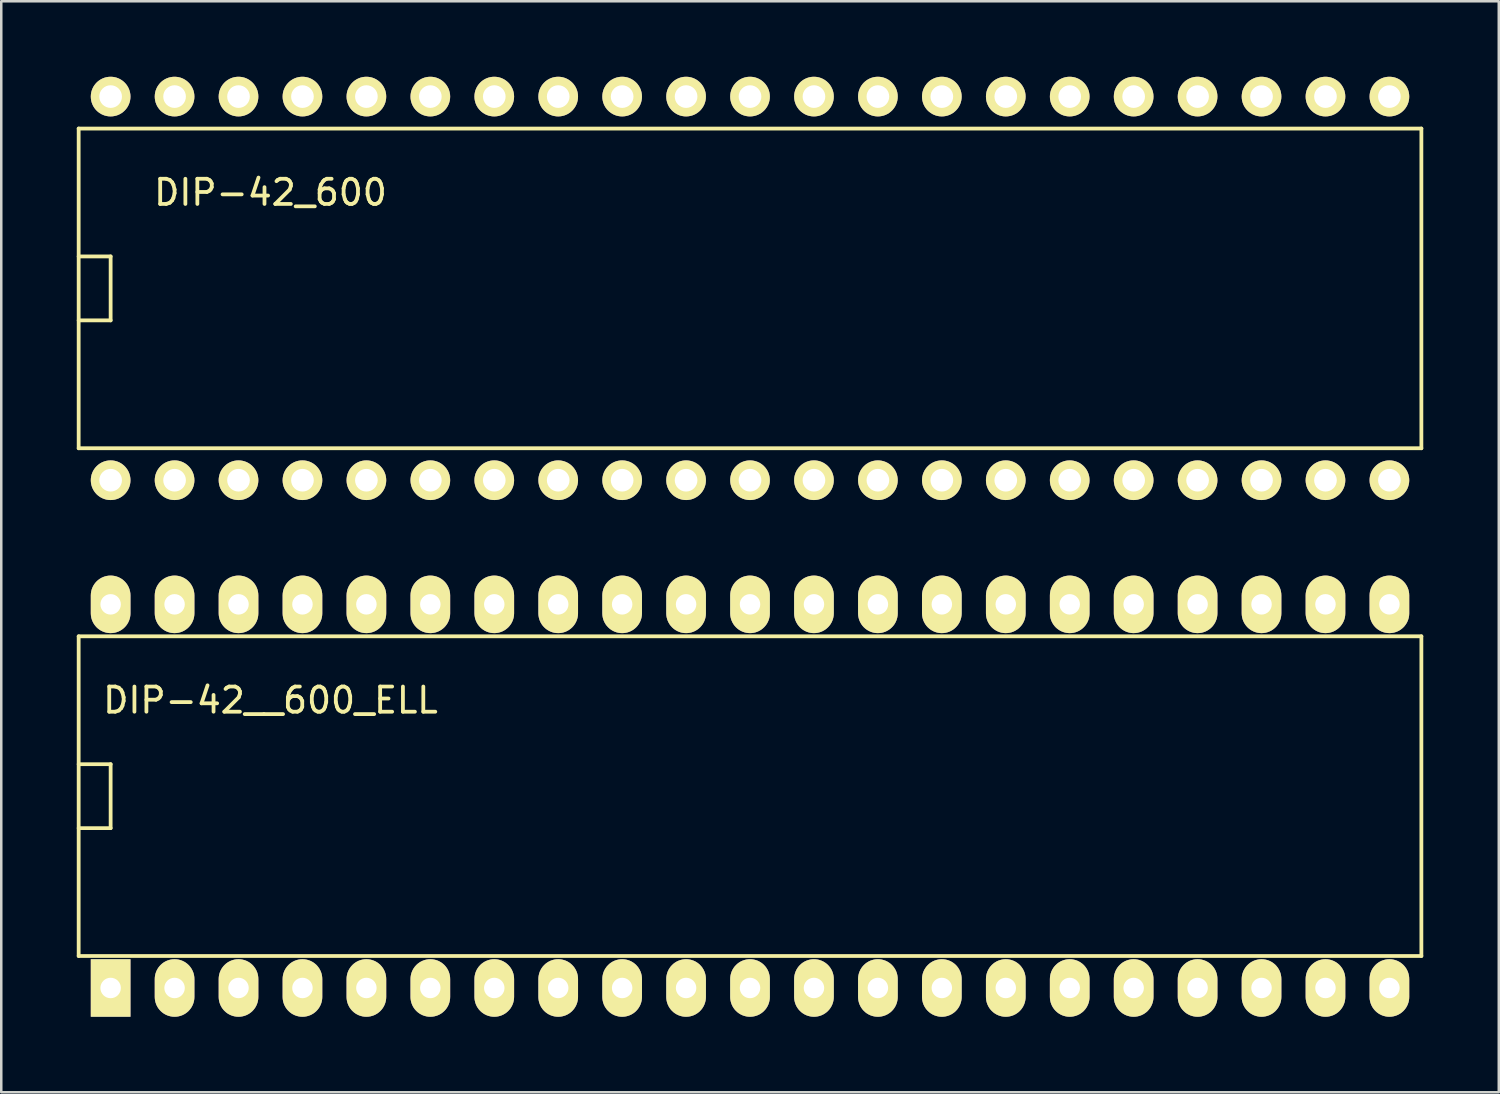
<source format=kicad_pcb>
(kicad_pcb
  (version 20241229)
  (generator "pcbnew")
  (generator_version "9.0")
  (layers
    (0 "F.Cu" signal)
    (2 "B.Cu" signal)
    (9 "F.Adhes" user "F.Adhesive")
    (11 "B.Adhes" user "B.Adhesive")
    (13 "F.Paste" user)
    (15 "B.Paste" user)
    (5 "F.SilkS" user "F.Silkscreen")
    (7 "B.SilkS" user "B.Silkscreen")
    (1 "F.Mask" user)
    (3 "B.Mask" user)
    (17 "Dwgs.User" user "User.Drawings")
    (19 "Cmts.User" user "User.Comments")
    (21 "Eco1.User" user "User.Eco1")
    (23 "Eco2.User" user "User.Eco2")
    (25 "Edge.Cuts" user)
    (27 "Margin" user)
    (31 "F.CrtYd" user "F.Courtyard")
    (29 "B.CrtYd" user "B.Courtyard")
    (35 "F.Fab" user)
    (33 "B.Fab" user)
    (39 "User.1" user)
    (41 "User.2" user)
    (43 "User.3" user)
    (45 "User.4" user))
  (footprint "DIP-42_600"
    (layer "F.Cu")
    (at 26.745 8.407)
    (property "Reference" "DIP-42_600" (at -19.05 -3.81 0) (layer "F.SilkS") (effects (font (size 1 1) (thickness 0.15))))
    (attr through_hole)
    (fp_line (start -26.67 -6.35) (end 26.67 -6.35) (stroke (width 0.15) (type solid)) (layer "F.SilkS"))
    (fp_line (start -26.67 -1.27) (end -25.4 -1.27) (stroke (width 0.15) (type solid)) (layer "F.SilkS"))
    (fp_line (start -26.67 6.35) (end -26.67 -6.35) (stroke (width 0.15) (type solid)) (layer "F.SilkS"))
    (fp_line (start -25.4 -1.27) (end -25.4 1.27) (stroke (width 0.15) (type solid)) (layer "F.SilkS"))
    (fp_line (start -25.4 1.27) (end -26.67 1.27) (stroke (width 0.15) (type solid)) (layer "F.SilkS"))
    (fp_line (start 26.67 -6.35) (end 26.67 6.35) (stroke (width 0.15) (type solid)) (layer "F.SilkS"))
    (fp_line (start 26.67 6.35) (end -26.67 6.35) (stroke (width 0.15) (type solid)) (layer "F.SilkS"))
    (pad "1" thru_hole circle (at -25.4 7.62) (size 1.575 1.575) (drill 0.9) (layers "*.Cu" "*.Mask" "F.SilkS"))
    (pad "2" thru_hole circle (at -22.86 7.62) (size 1.575 1.575) (drill 0.9) (layers "*.Cu" "*.Mask" "F.SilkS"))
    (pad "3" thru_hole circle (at -20.32 7.62) (size 1.575 1.575) (drill 0.9) (layers "*.Cu" "*.Mask" "F.SilkS"))
    (pad "4" thru_hole circle (at -17.78 7.62) (size 1.575 1.575) (drill 0.9) (layers "*.Cu" "*.Mask" "F.SilkS"))
    (pad "5" thru_hole circle (at -15.24 7.62) (size 1.575 1.575) (drill 0.9) (layers "*.Cu" "*.Mask" "F.SilkS"))
    (pad "6" thru_hole circle (at -12.7 7.62) (size 1.575 1.575) (drill 0.9) (layers "*.Cu" "*.Mask" "F.SilkS"))
    (pad "7" thru_hole circle (at -10.16 7.62) (size 1.575 1.575) (drill 0.9) (layers "*.Cu" "*.Mask" "F.SilkS"))
    (pad "8" thru_hole circle (at -7.62 7.62) (size 1.575 1.575) (drill 0.9) (layers "*.Cu" "*.Mask" "F.SilkS"))
    (pad "9" thru_hole circle (at -5.08 7.62) (size 1.575 1.575) (drill 0.9) (layers "*.Cu" "*.Mask" "F.SilkS"))
    (pad "10" thru_hole circle (at -2.54 7.62) (size 1.575 1.575) (drill 0.9) (layers "*.Cu" "*.Mask" "F.SilkS"))
    (pad "11" thru_hole circle (at 0 7.62) (size 1.575 1.575) (drill 0.9) (layers "*.Cu" "*.Mask" "F.SilkS"))
    (pad "12" thru_hole circle (at 2.54 7.62) (size 1.575 1.575) (drill 0.9) (layers "*.Cu" "*.Mask" "F.SilkS"))
    (pad "13" thru_hole circle (at 5.08 7.62) (size 1.575 1.575) (drill 0.9) (layers "*.Cu" "*.Mask" "F.SilkS"))
    (pad "14" thru_hole circle (at 7.62 7.62) (size 1.575 1.575) (drill 0.9) (layers "*.Cu" "*.Mask" "F.SilkS"))
    (pad "15" thru_hole circle (at 10.16 7.62) (size 1.575 1.575) (drill 0.9) (layers "*.Cu" "*.Mask" "F.SilkS"))
    (pad "16" thru_hole circle (at 12.7 7.62) (size 1.575 1.575) (drill 0.9) (layers "*.Cu" "*.Mask" "F.SilkS"))
    (pad "17" thru_hole circle (at 15.24 7.62) (size 1.575 1.575) (drill 0.9) (layers "*.Cu" "*.Mask" "F.SilkS"))
    (pad "18" thru_hole circle (at 17.78 7.62) (size 1.575 1.575) (drill 0.9) (layers "*.Cu" "*.Mask" "F.SilkS"))
    (pad "19" thru_hole circle (at 20.32 7.62) (size 1.575 1.575) (drill 0.9) (layers "*.Cu" "*.Mask" "F.SilkS"))
    (pad "20" thru_hole circle (at 22.86 7.62) (size 1.575 1.575) (drill 0.9) (layers "*.Cu" "*.Mask" "F.SilkS"))
    (pad "21" thru_hole circle (at 25.4 7.62) (size 1.575 1.575) (drill 0.9) (layers "*.Cu" "*.Mask" "F.SilkS"))
    (pad "22" thru_hole circle (at 25.4 -7.62) (size 1.575 1.575) (drill 0.9) (layers "*.Cu" "*.Mask" "F.SilkS"))
    (pad "23" thru_hole circle (at 22.86 -7.62) (size 1.575 1.575) (drill 0.9) (layers "*.Cu" "*.Mask" "F.SilkS"))
    (pad "24" thru_hole circle (at 20.32 -7.62) (size 1.575 1.575) (drill 0.9) (layers "*.Cu" "*.Mask" "F.SilkS"))
    (pad "25" thru_hole circle (at 17.78 -7.62) (size 1.575 1.575) (drill 0.9) (layers "*.Cu" "*.Mask" "F.SilkS"))
    (pad "26" thru_hole circle (at 15.24 -7.62) (size 1.575 1.575) (drill 0.9) (layers "*.Cu" "*.Mask" "F.SilkS"))
    (pad "27" thru_hole circle (at 12.7 -7.62) (size 1.575 1.575) (drill 0.9) (layers "*.Cu" "*.Mask" "F.SilkS"))
    (pad "28" thru_hole circle (at 10.16 -7.62) (size 1.575 1.575) (drill 0.9) (layers "*.Cu" "*.Mask" "F.SilkS"))
    (pad "29" thru_hole circle (at 7.62 -7.62) (size 1.575 1.575) (drill 0.9) (layers "*.Cu" "*.Mask" "F.SilkS"))
    (pad "30" thru_hole circle (at 5.08 -7.62) (size 1.575 1.575) (drill 0.9) (layers "*.Cu" "*.Mask" "F.SilkS"))
    (pad "31" thru_hole circle (at 2.54 -7.62) (size 1.575 1.575) (drill 0.9) (layers "*.Cu" "*.Mask" "F.SilkS"))
    (pad "32" thru_hole circle (at 0 -7.62) (size 1.575 1.575) (drill 0.9) (layers "*.Cu" "*.Mask" "F.SilkS"))
    (pad "33" thru_hole circle (at -2.54 -7.62) (size 1.575 1.575) (drill 0.9) (layers "*.Cu" "*.Mask" "F.SilkS"))
    (pad "34" thru_hole circle (at -5.08 -7.62) (size 1.575 1.575) (drill 0.9) (layers "*.Cu" "*.Mask" "F.SilkS"))
    (pad "35" thru_hole circle (at -7.62 -7.62) (size 1.575 1.575) (drill 0.9) (layers "*.Cu" "*.Mask" "F.SilkS"))
    (pad "36" thru_hole circle (at -10.16 -7.62) (size 1.575 1.575) (drill 0.9) (layers "*.Cu" "*.Mask" "F.SilkS"))
    (pad "37" thru_hole circle (at -12.7 -7.62) (size 1.575 1.575) (drill 0.9) (layers "*.Cu" "*.Mask" "F.SilkS"))
    (pad "38" thru_hole circle (at -15.24 -7.62) (size 1.575 1.575) (drill 0.9) (layers "*.Cu" "*.Mask" "F.SilkS"))
    (pad "39" thru_hole circle (at -17.78 -7.62) (size 1.575 1.575) (drill 0.9) (layers "*.Cu" "*.Mask" "F.SilkS"))
    (pad "40" thru_hole circle (at -20.32 -7.62) (size 1.575 1.575) (drill 0.9) (layers "*.Cu" "*.Mask" "F.SilkS"))
    (pad "41" thru_hole circle (at -22.86 -7.62) (size 1.575 1.575) (drill 0.9) (layers "*.Cu" "*.Mask" "F.SilkS"))
    (pad "42" thru_hole circle (at -25.4 -7.62) (size 1.575 1.575) (drill 0.9) (layers "*.Cu" "*.Mask" "F.SilkS")))
  (footprint "DIP-42__600_ELL"
    (layer "F.Cu")
    (at 26.745 28.578)
    (property "Reference" "DIP-42__600_ELL" (at -19.05 -3.81 0) (layer "F.SilkS") (effects (font (size 1 1) (thickness 0.15))))
    (attr through_hole)
    (fp_line (start -26.67 -6.35) (end 26.67 -6.35) (stroke (width 0.15) (type solid)) (layer "F.SilkS"))
    (fp_line (start -26.67 -1.27) (end -25.4 -1.27) (stroke (width 0.15) (type solid)) (layer "F.SilkS"))
    (fp_line (start -26.67 6.35) (end -26.67 -6.35) (stroke (width 0.15) (type solid)) (layer "F.SilkS"))
    (fp_line (start -25.4 -1.27) (end -25.4 1.27) (stroke (width 0.15) (type solid)) (layer "F.SilkS"))
    (fp_line (start -25.4 1.27) (end -26.67 1.27) (stroke (width 0.15) (type solid)) (layer "F.SilkS"))
    (fp_line (start 26.67 -6.35) (end 26.67 6.35) (stroke (width 0.15) (type solid)) (layer "F.SilkS"))
    (fp_line (start 26.67 6.35) (end -26.67 6.35) (stroke (width 0.15) (type solid)) (layer "F.SilkS"))
    (pad "1" thru_hole rect (at -25.4 7.62) (size 1.575 2.286) (drill 0.813) (layers "*.Cu" "*.Mask" "F.SilkS"))
    (pad "2" thru_hole oval (at -22.86 7.62) (size 1.575 2.286) (drill 0.813) (layers "*.Cu" "*.Mask" "F.SilkS"))
    (pad "3" thru_hole oval (at -20.32 7.62) (size 1.575 2.286) (drill 0.813) (layers "*.Cu" "*.Mask" "F.SilkS"))
    (pad "4" thru_hole oval (at -17.78 7.62) (size 1.575 2.286) (drill 0.813) (layers "*.Cu" "*.Mask" "F.SilkS"))
    (pad "5" thru_hole oval (at -15.24 7.62) (size 1.575 2.286) (drill 0.813) (layers "*.Cu" "*.Mask" "F.SilkS"))
    (pad "6" thru_hole oval (at -12.7 7.62) (size 1.575 2.286) (drill 0.813) (layers "*.Cu" "*.Mask" "F.SilkS"))
    (pad "7" thru_hole oval (at -10.16 7.62) (size 1.575 2.286) (drill 0.813) (layers "*.Cu" "*.Mask" "F.SilkS"))
    (pad "8" thru_hole oval (at -7.62 7.62) (size 1.575 2.286) (drill 0.813) (layers "*.Cu" "*.Mask" "F.SilkS"))
    (pad "9" thru_hole oval (at -5.08 7.62) (size 1.575 2.286) (drill 0.813) (layers "*.Cu" "*.Mask" "F.SilkS"))
    (pad "10" thru_hole oval (at -2.54 7.62) (size 1.575 2.286) (drill 0.813) (layers "*.Cu" "*.Mask" "F.SilkS"))
    (pad "11" thru_hole oval (at 0 7.62) (size 1.575 2.286) (drill 0.813) (layers "*.Cu" "*.Mask" "F.SilkS"))
    (pad "12" thru_hole oval (at 2.54 7.62) (size 1.575 2.286) (drill 0.813) (layers "*.Cu" "*.Mask" "F.SilkS"))
    (pad "13" thru_hole oval (at 5.08 7.62) (size 1.575 2.286) (drill 0.813) (layers "*.Cu" "*.Mask" "F.SilkS"))
    (pad "14" thru_hole oval (at 7.62 7.62) (size 1.575 2.286) (drill 0.813) (layers "*.Cu" "*.Mask" "F.SilkS"))
    (pad "15" thru_hole oval (at 10.16 7.62) (size 1.575 2.286) (drill 0.813) (layers "*.Cu" "*.Mask" "F.SilkS"))
    (pad "16" thru_hole oval (at 12.7 7.62) (size 1.575 2.286) (drill 0.813) (layers "*.Cu" "*.Mask" "F.SilkS"))
    (pad "17" thru_hole oval (at 15.24 7.62) (size 1.575 2.286) (drill 0.813) (layers "*.Cu" "*.Mask" "F.SilkS"))
    (pad "18" thru_hole oval (at 17.78 7.62) (size 1.575 2.286) (drill 0.813) (layers "*.Cu" "*.Mask" "F.SilkS"))
    (pad "19" thru_hole oval (at 20.32 7.62) (size 1.575 2.286) (drill 0.813) (layers "*.Cu" "*.Mask" "F.SilkS"))
    (pad "20" thru_hole oval (at 22.86 7.62) (size 1.575 2.286) (drill 0.813) (layers "*.Cu" "*.Mask" "F.SilkS"))
    (pad "21" thru_hole oval (at 25.4 7.62) (size 1.575 2.286) (drill 0.813) (layers "*.Cu" "*.Mask" "F.SilkS"))
    (pad "22" thru_hole oval (at 25.4 -7.62) (size 1.575 2.286) (drill 0.813) (layers "*.Cu" "*.Mask" "F.SilkS"))
    (pad "23" thru_hole oval (at 22.86 -7.62) (size 1.575 2.286) (drill 0.813) (layers "*.Cu" "*.Mask" "F.SilkS"))
    (pad "24" thru_hole oval (at 20.32 -7.62) (size 1.575 2.286) (drill 0.813) (layers "*.Cu" "*.Mask" "F.SilkS"))
    (pad "25" thru_hole oval (at 17.78 -7.62) (size 1.575 2.286) (drill 0.813) (layers "*.Cu" "*.Mask" "F.SilkS"))
    (pad "26" thru_hole oval (at 15.24 -7.62) (size 1.575 2.286) (drill 0.813) (layers "*.Cu" "*.Mask" "F.SilkS"))
    (pad "27" thru_hole oval (at 12.7 -7.62) (size 1.575 2.286) (drill 0.813) (layers "*.Cu" "*.Mask" "F.SilkS"))
    (pad "28" thru_hole oval (at 10.16 -7.62) (size 1.575 2.286) (drill 0.813) (layers "*.Cu" "*.Mask" "F.SilkS"))
    (pad "29" thru_hole oval (at 7.62 -7.62) (size 1.575 2.286) (drill 0.813) (layers "*.Cu" "*.Mask" "F.SilkS"))
    (pad "30" thru_hole oval (at 5.08 -7.62) (size 1.575 2.286) (drill 0.813) (layers "*.Cu" "*.Mask" "F.SilkS"))
    (pad "31" thru_hole oval (at 2.54 -7.62) (size 1.575 2.286) (drill 0.813) (layers "*.Cu" "*.Mask" "F.SilkS"))
    (pad "32" thru_hole oval (at 0 -7.62) (size 1.575 2.286) (drill 0.813) (layers "*.Cu" "*.Mask" "F.SilkS"))
    (pad "33" thru_hole oval (at -2.54 -7.62) (size 1.575 2.286) (drill 0.813) (layers "*.Cu" "*.Mask" "F.SilkS"))
    (pad "34" thru_hole oval (at -5.08 -7.62) (size 1.575 2.286) (drill 0.813) (layers "*.Cu" "*.Mask" "F.SilkS"))
    (pad "35" thru_hole oval (at -7.62 -7.62) (size 1.575 2.286) (drill 0.813) (layers "*.Cu" "*.Mask" "F.SilkS"))
    (pad "36" thru_hole oval (at -10.16 -7.62) (size 1.575 2.286) (drill 0.813) (layers "*.Cu" "*.Mask" "F.SilkS"))
    (pad "37" thru_hole oval (at -12.7 -7.62) (size 1.575 2.286) (drill 0.813) (layers "*.Cu" "*.Mask" "F.SilkS"))
    (pad "38" thru_hole oval (at -15.24 -7.62) (size 1.575 2.286) (drill 0.813) (layers "*.Cu" "*.Mask" "F.SilkS"))
    (pad "39" thru_hole oval (at -17.78 -7.62) (size 1.575 2.286) (drill 0.813) (layers "*.Cu" "*.Mask" "F.SilkS"))
    (pad "40" thru_hole oval (at -20.32 -7.62) (size 1.575 2.286) (drill 0.813) (layers "*.Cu" "*.Mask" "F.SilkS"))
    (pad "41" thru_hole oval (at -22.86 -7.62) (size 1.575 2.286) (drill 0.813) (layers "*.Cu" "*.Mask" "F.SilkS"))
    (pad "42" thru_hole oval (at -25.4 -7.62) (size 1.575 2.286) (drill 0.813) (layers "*.Cu" "*.Mask" "F.SilkS")))
  (gr_rect
    (start -3 -3)
    (end 56.49 40.341)
    (stroke (width 0.1) (type default))
    (fill no)
    (layer "Edge.Cuts")))
</source>
